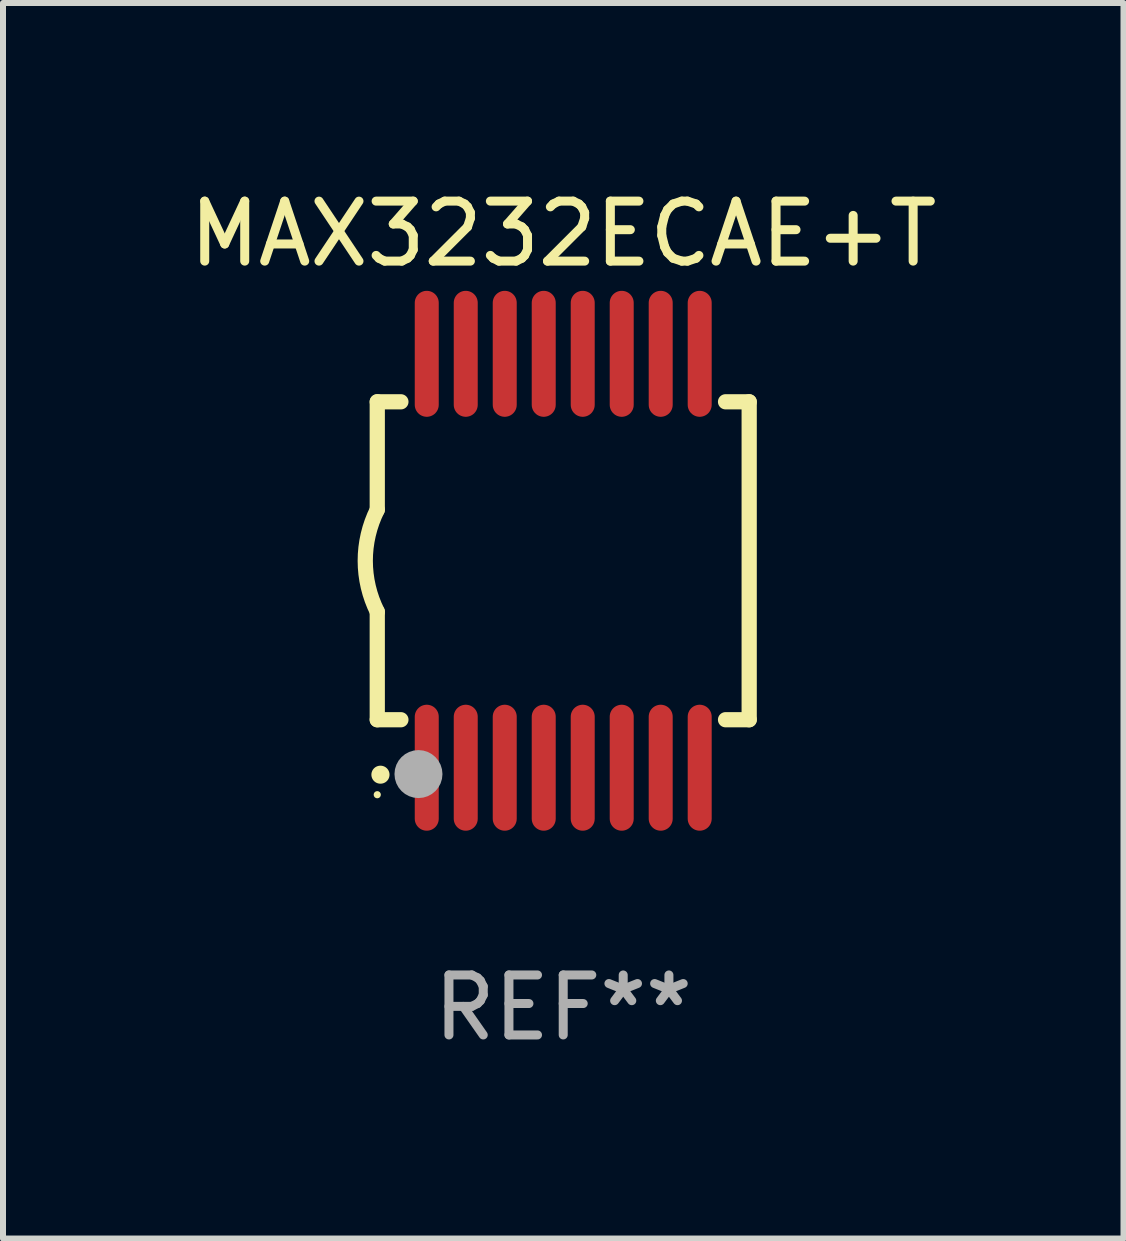
<source format=kicad_pcb>
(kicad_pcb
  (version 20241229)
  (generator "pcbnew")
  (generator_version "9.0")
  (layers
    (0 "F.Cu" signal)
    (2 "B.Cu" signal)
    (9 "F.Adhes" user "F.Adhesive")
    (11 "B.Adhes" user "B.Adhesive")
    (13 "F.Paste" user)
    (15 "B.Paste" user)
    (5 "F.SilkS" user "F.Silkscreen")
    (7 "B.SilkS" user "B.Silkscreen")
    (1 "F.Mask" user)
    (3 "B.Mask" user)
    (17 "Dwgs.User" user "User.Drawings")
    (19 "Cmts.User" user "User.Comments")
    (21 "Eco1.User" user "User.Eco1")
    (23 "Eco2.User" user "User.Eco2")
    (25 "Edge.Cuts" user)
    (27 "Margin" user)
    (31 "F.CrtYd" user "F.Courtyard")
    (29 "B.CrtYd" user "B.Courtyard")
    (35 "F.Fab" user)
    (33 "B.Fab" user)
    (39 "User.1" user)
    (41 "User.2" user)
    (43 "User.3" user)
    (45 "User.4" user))
  (footprint "MAX3232ECAE+T"
    (layer "F.Cu")
    (at 6.339 6.298)
    (property "Reference" "MAX3232ECAE+T" (at 0 -5.45 0) (layer "F.SilkS") (effects (font (size 1 1) (thickness 0.15))))
    (attr through_hole)
    (fp_line (start -3.1 -2.65) (end -3.1 -0.85) (stroke (width 0.254) (type solid)) (layer "F.SilkS"))
    (fp_line (start -3.1 -2.65) (end -2.706 -2.65) (stroke (width 0.254) (type solid)) (layer "F.SilkS"))
    (fp_line (start -3.1 2.65) (end -3.1 0.85) (stroke (width 0.254) (type solid)) (layer "F.SilkS"))
    (fp_line (start -3.1 2.65) (end -2.706 2.65) (stroke (width 0.254) (type solid)) (layer "F.SilkS"))
    (fp_line (start 2.706 -2.65) (end 3.1 -2.65) (stroke (width 0.254) (type solid)) (layer "F.SilkS"))
    (fp_line (start 2.706 2.65) (end 3.1 2.65) (stroke (width 0.254) (type solid)) (layer "F.SilkS"))
    (fp_line (start 3.1 -2.65) (end 3.1 2.65) (stroke (width 0.254) (type solid)) (layer "F.SilkS"))
    (fp_arc (start -3.098907 0.850902) (mid -3.300057 0.000523) (end -3.1 -0.850114) (stroke (width 0.254001) (type solid)) (layer "F.SilkS"))
    (fp_arc (start -3.048006 3.566066) (mid -3.046736 3.566061) (end -3.045466 3.566066) (stroke (width 0.3) (type solid)) (layer "F.SilkS"))
    (fp_circle (center -3.1 3.9) (end -3.07 3.9) (stroke (width 0.06) (type solid)) (fill no) (layer "F.SilkS"))
    (fp_circle (center -2.413 3.556) (end -2.213 3.556) (stroke (width 0.4) (type solid)) (fill no) (layer "F.Fab"))
    (fp_text user "REF**" (at 0 7.45 0) (layer "F.Fab") (effects (font (size 1 1) (thickness 0.15))))
    (pad "1" smd oval (at -2.275 3.45 180) (size 0.4 2.1) (layers "F.Cu" "F.Mask" "F.Paste"))
    (pad "2" smd oval (at -1.625 3.45 180) (size 0.4 2.1) (layers "F.Cu" "F.Mask" "F.Paste"))
    (pad "3" smd oval (at -0.975 3.45 180) (size 0.4 2.1) (layers "F.Cu" "F.Mask" "F.Paste"))
    (pad "4" smd oval (at -0.325 3.45 180) (size 0.4 2.1) (layers "F.Cu" "F.Mask" "F.Paste"))
    (pad "5" smd oval (at 0.325 3.45 180) (size 0.4 2.1) (layers "F.Cu" "F.Mask" "F.Paste"))
    (pad "6" smd oval (at 0.975 3.45 180) (size 0.4 2.1) (layers "F.Cu" "F.Mask" "F.Paste"))
    (pad "7" smd oval (at 1.625 3.45 180) (size 0.4 2.1) (layers "F.Cu" "F.Mask" "F.Paste"))
    (pad "8" smd oval (at 2.275 3.45 180) (size 0.4 2.1) (layers "F.Cu" "F.Mask" "F.Paste"))
    (pad "9" smd oval (at 2.275 -3.45 180) (size 0.4 2.1) (layers "F.Cu" "F.Mask" "F.Paste"))
    (pad "10" smd oval (at 1.625 -3.45 180) (size 0.4 2.1) (layers "F.Cu" "F.Mask" "F.Paste"))
    (pad "11" smd oval (at 0.975 -3.45 180) (size 0.4 2.1) (layers "F.Cu" "F.Mask" "F.Paste"))
    (pad "12" smd oval (at 0.325 -3.45 180) (size 0.4 2.1) (layers "F.Cu" "F.Mask" "F.Paste"))
    (pad "13" smd oval (at -0.325 -3.45 180) (size 0.4 2.1) (layers "F.Cu" "F.Mask" "F.Paste"))
    (pad "14" smd oval (at -0.975 -3.45 180) (size 0.4 2.1) (layers "F.Cu" "F.Mask" "F.Paste"))
    (pad "15" smd oval (at -1.625 -3.45 180) (size 0.4 2.1) (layers "F.Cu" "F.Mask" "F.Paste"))
    (pad "16" smd oval (at -2.275 -3.45 180) (size 0.4 2.1) (layers "F.Cu" "F.Mask" "F.Paste")))
  (gr_rect
    (start -3 -3)
    (end 15.679 17.597)
    (stroke (width 0.1) (type default))
    (fill no)
    (layer "Edge.Cuts")))
</source>
